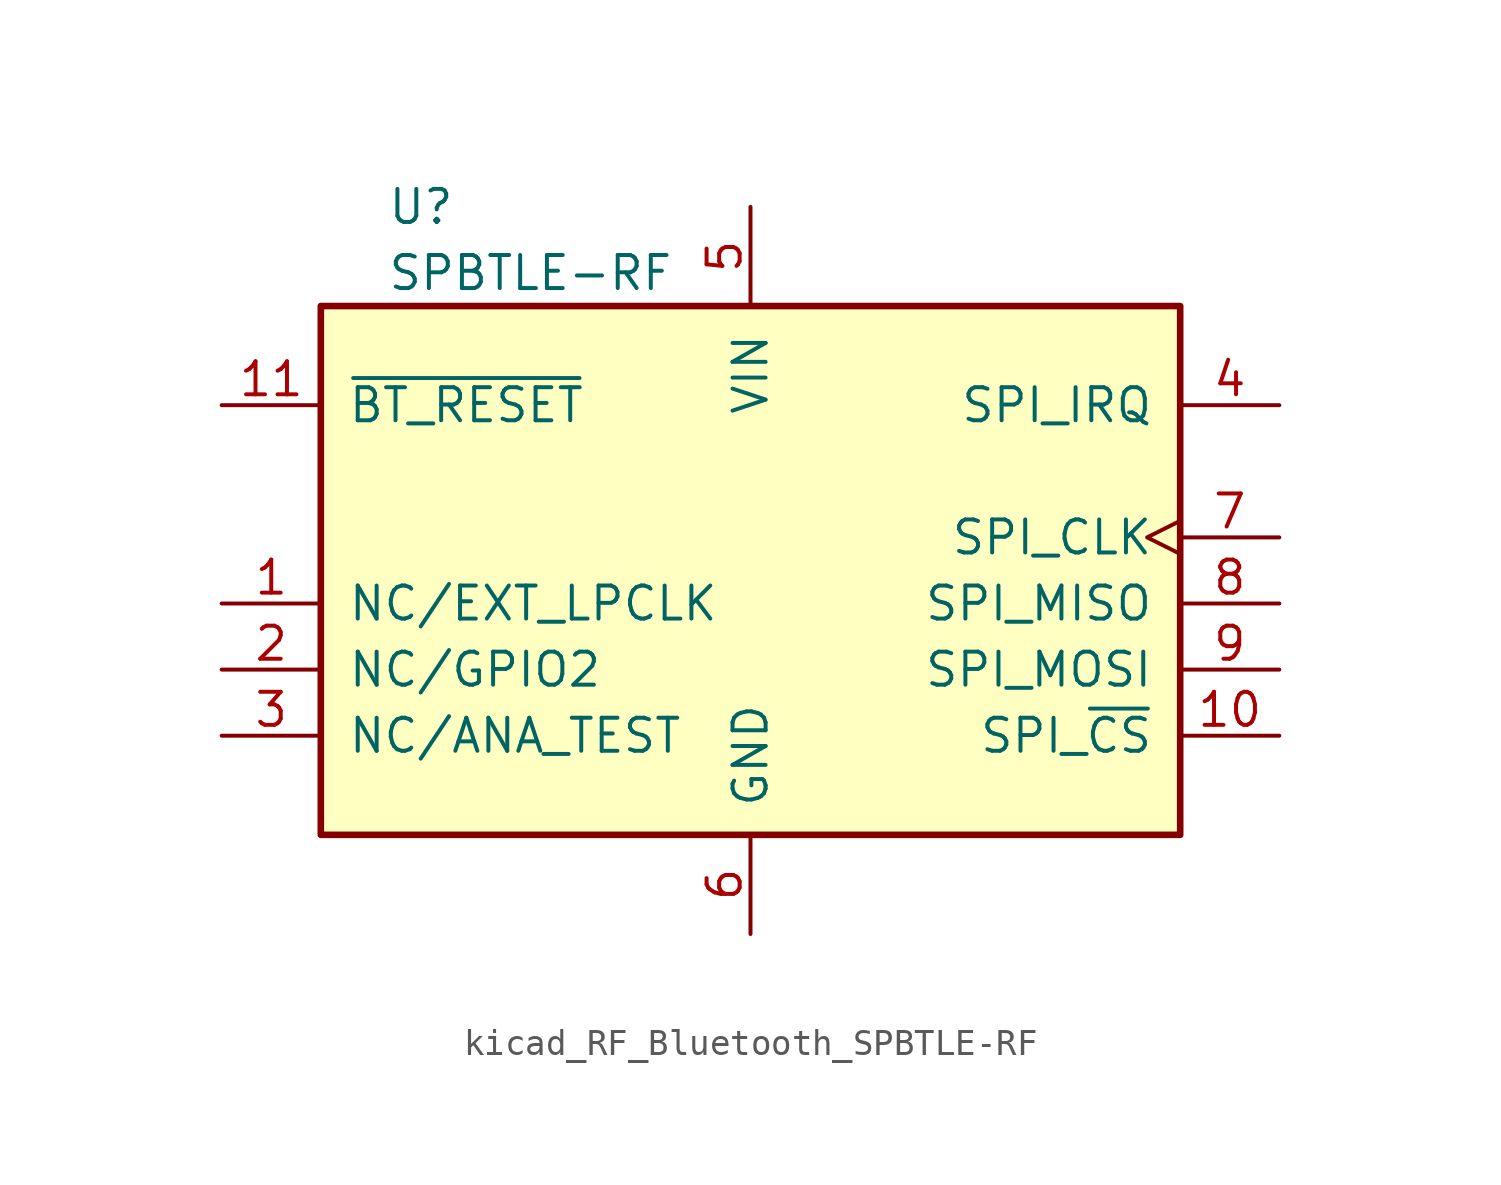
<source format=kicad_sym>
(kicad_symbol_lib
  (version 20220914)
  (generator kicad_symbol_editor)
  (symbol "kicad_RF_Bluetooth_SPBTLE-RF"
    (pin_names
      (offset 1.016))
    (property "Reference" "U"
      (at -13.97 12.7 0)
      (effects (font (size 1.27 1.27)) (justify left)))
    (property "Value" "SPBTLE-RF"
      (at -13.97 10.16 0)
      (effects (font (size 1.27 1.27)) (justify left)))
    (symbol "kicad_RF_Bluetooth_SPBTLE-RF_0_1"
      (rectangle (start -16.51 8.89) (end 16.51 -11.43) (stroke (width 0.254) (type default)) (fill (type background))))
    (symbol "kicad_RF_Bluetooth_SPBTLE-RF_1_1"
      (pin input line (at -20.32 -2.54 0) (length 3.81) (name "NC/EXT_LPCLK" (effects (font (size 1.27 1.27)))) (number "1" (effects (font (size 1.27 1.27)))))
      (pin input line (at 20.32 -7.62 180) (length 3.81) (name "SPI_~{CS}" (effects (font (size 1.27 1.27)))) (number "10" (effects (font (size 1.27 1.27)))))
      (pin input line (at -20.32 5.08 0) (length 3.81) (name "~{BT_RESET}" (effects (font (size 1.27 1.27)))) (number "11" (effects (font (size 1.27 1.27)))))
      (pin bidirectional line (at -20.32 -5.08 0) (length 3.81) (name "NC/GPIO2" (effects (font (size 1.27 1.27)))) (number "2" (effects (font (size 1.27 1.27)))))
      (pin input line (at -20.32 -7.62 0) (length 3.81) (name "NC/ANA_TEST" (effects (font (size 1.27 1.27)))) (number "3" (effects (font (size 1.27 1.27)))))
      (pin output line (at 20.32 5.08 180) (length 3.81) (name "SPI_IRQ" (effects (font (size 1.27 1.27)))) (number "4" (effects (font (size 1.27 1.27)))))
      (pin power_in line (at 0 12.7 270) (length 3.81) (name "VIN" (effects (font (size 1.27 1.27)))) (number "5" (effects (font (size 1.27 1.27)))))
      (pin power_in line (at 0 -15.24 90) (length 3.81) (name "GND" (effects (font (size 1.27 1.27)))) (number "6" (effects (font (size 1.27 1.27)))))
      (pin input clock (at 20.32 0 180) (length 3.81) (name "SPI_CLK" (effects (font (size 1.27 1.27)))) (number "7" (effects (font (size 1.27 1.27)))))
      (pin output line (at 20.32 -2.54 180) (length 3.81) (name "SPI_MISO" (effects (font (size 1.27 1.27)))) (number "8" (effects (font (size 1.27 1.27)))))
      (pin input line (at 20.32 -5.08 180) (length 3.81) (name "SPI_MOSI" (effects (font (size 1.27 1.27)))) (number "9" (effects (font (size 1.27 1.27))))))))
</source>
